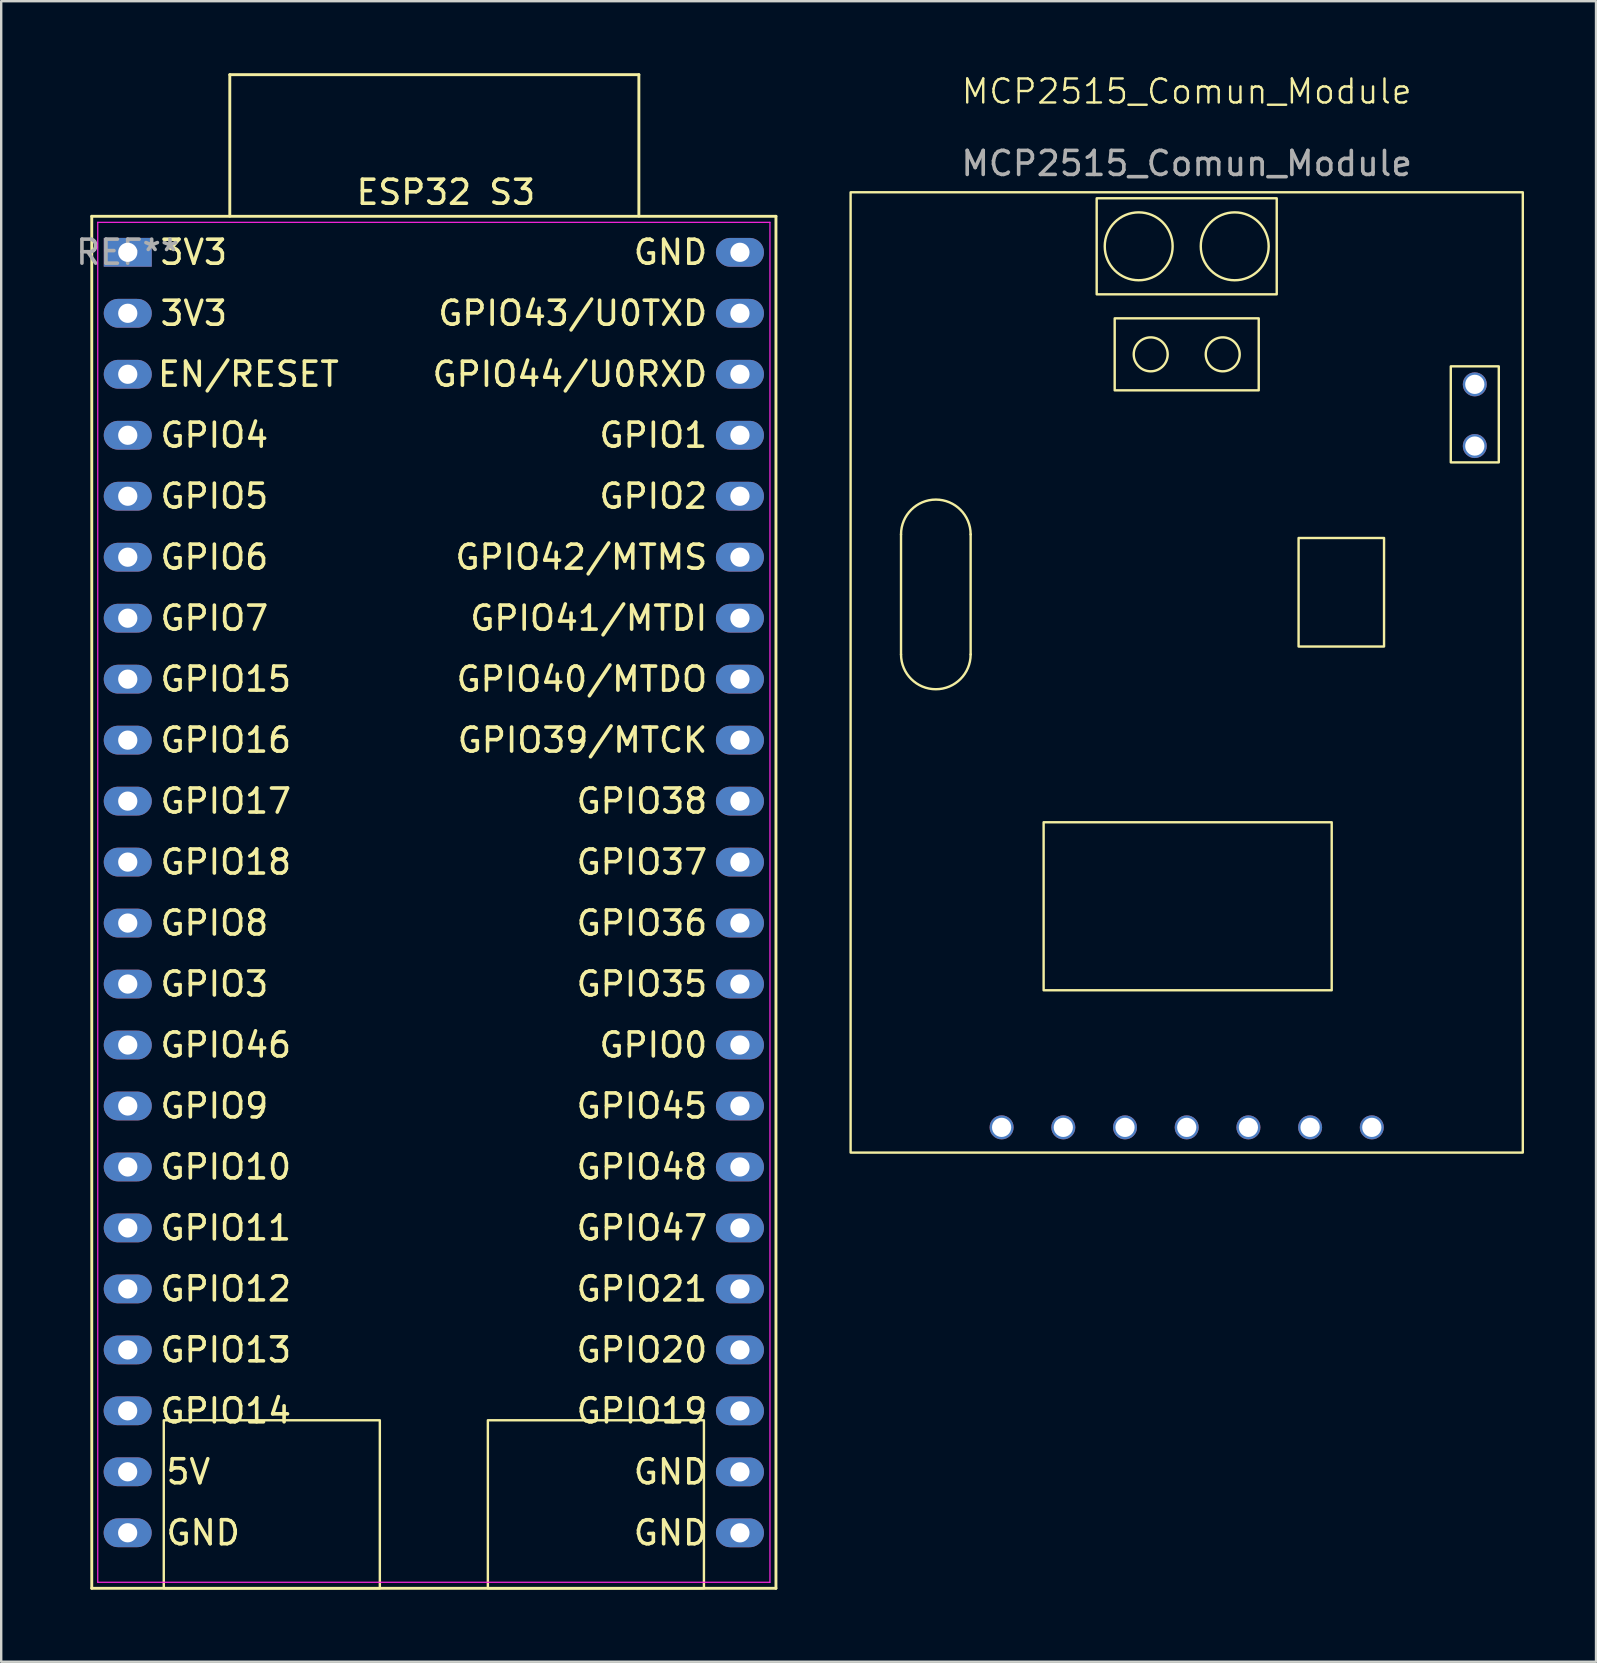
<source format=kicad_pcb>
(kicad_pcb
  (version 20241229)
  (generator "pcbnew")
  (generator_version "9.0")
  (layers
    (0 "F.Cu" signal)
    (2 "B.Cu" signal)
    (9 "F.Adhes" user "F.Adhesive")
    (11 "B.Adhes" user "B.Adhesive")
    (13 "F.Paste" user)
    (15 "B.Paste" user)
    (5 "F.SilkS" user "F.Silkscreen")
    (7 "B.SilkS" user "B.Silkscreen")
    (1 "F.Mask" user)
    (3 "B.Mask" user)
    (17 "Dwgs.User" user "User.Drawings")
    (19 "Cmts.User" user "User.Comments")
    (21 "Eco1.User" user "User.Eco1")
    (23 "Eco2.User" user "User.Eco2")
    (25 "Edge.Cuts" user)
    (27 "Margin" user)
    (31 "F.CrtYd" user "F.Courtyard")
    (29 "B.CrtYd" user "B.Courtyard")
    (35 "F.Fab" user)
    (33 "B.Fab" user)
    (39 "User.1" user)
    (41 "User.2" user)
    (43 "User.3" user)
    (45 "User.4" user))
  (footprint "ESP32 S3"
    (layer "F.Cu")
    (at 2.272 7.46)
    (property "Reference" "ESP32 S3" (at 13.25 -2.5 0) (layer "F.SilkS") (effects (font (size 1 1) (thickness 0.15))))
    (attr through_hole)
    (fp_line (start -1.5 55.65) (end 27 55.65) (stroke (width 0.12) (type solid)) (layer "F.SilkS"))
    (fp_line (start -1.5 -1.5) (end -1.5 55.65) (stroke (width 0.12) (type solid)) (layer "F.SilkS"))
    (fp_line (start 4.25 -7.4) (end 21.29 -7.4) (stroke (width 0.12) (type solid)) (layer "F.SilkS"))
    (fp_line (start 4.25 -1.507) (end 4.25 -7.4) (stroke (width 0.12) (type solid)) (layer "F.SilkS"))
    (fp_line (start 21.29 -7.4) (end 21.29 -1.507) (stroke (width 0.12) (type solid)) (layer "F.SilkS"))
    (fp_line (start 27 -1.5) (end -1.5 -1.5) (stroke (width 0.12) (type solid)) (layer "F.SilkS"))
    (fp_line (start 27 55.65) (end 27 -1.5) (stroke (width 0.12) (type solid)) (layer "F.SilkS"))
    (fp_rect (start 1.5 48.65) (end 10.5 55.65) (stroke (width 0.1) (type default)) (fill no) (layer "F.SilkS"))
    (fp_rect (start 15 48.65) (end 24 55.65) (stroke (width 0.1) (type default)) (fill no) (layer "F.SilkS"))
    (fp_line (start -1.25 -1.25) (end 26.75 -1.25) (stroke (width 0.05) (type solid)) (layer "F.CrtYd"))
    (fp_line (start -1.25 55.4) (end -1.25 -1.25) (stroke (width 0.05) (type solid)) (layer "F.CrtYd"))
    (fp_line (start 26.75 -1.25) (end 26.75 55.4) (stroke (width 0.05) (type solid)) (layer "F.CrtYd"))
    (fp_line (start 26.75 55.4) (end -1.25 55.4) (stroke (width 0.05) (type solid)) (layer "F.CrtYd"))
    (fp_text user "GPIO13" (at 1.27 45.72 0) (unlocked yes) (layer "F.SilkS") (effects (font (size 1 1) (thickness 0.15)) (justify left)))
    (fp_text user "GPIO18" (at 1.27 25.4 0) (unlocked yes) (layer "F.SilkS") (effects (font (size 1 1) (thickness 0.15)) (justify left)))
    (fp_text user "GPIO38" (at 24.23 22.86 0) (unlocked yes) (layer "F.SilkS") (effects (font (size 1 1) (thickness 0.15)) (justify right)))
    (fp_text user "GPIO20" (at 24.23 45.72 0) (unlocked yes) (layer "F.SilkS") (effects (font (size 1 1) (thickness 0.15)) (justify right)))
    (fp_text user "GPIO41/MTDI" (at 24.23 15.24 0) (unlocked yes) (layer "F.SilkS") (effects (font (size 1 1) (thickness 0.15)) (justify right)))
    (fp_text user "GPIO4" (at 1.27 7.62 0) (unlocked yes) (layer "F.SilkS") (effects (font (size 1 1) (thickness 0.15)) (justify left)))
    (fp_text user "GPIO6" (at 1.27 12.7 0) (unlocked yes) (layer "F.SilkS") (effects (font (size 1 1) (thickness 0.15)) (justify left)))
    (fp_text user "GPIO7" (at 1.27 15.24 0) (unlocked yes) (layer "F.SilkS") (effects (font (size 1 1) (thickness 0.15)) (justify left)))
    (fp_text user "GPIO1" (at 24.23 7.62 0) (unlocked yes) (layer "F.SilkS") (effects (font (size 1 1) (thickness 0.15)) (justify right)))
    (fp_text user "GPIO14" (at 1.27 48.26 0) (unlocked yes) (layer "F.SilkS") (effects (font (size 1 1) (thickness 0.15)) (justify left)))
    (fp_text user "GND" (at 24.23 50.8 0) (unlocked yes) (layer "F.SilkS") (effects (font (size 1 1) (thickness 0.15)) (justify right)))
    (fp_text user "GPIO21" (at 24.23 43.18 0) (unlocked yes) (layer "F.SilkS") (effects (font (size 1 1) (thickness 0.15)) (justify right)))
    (fp_text user "GND" (at 24.23 0 0) (unlocked yes) (layer "F.SilkS") (effects (font (size 1 1) (thickness 0.15)) (justify right)))
    (fp_text user "GPIO3" (at 1.27 30.48 0) (unlocked yes) (layer "F.SilkS") (effects (font (size 1 1) (thickness 0.15)) (justify left)))
    (fp_text user "GPIO43/U0TXD" (at 24.23 2.54 0) (unlocked yes) (layer "F.SilkS") (effects (font (size 1 1) (thickness 0.15)) (justify right)))
    (fp_text user "GPIO17" (at 1.27 22.86 0) (unlocked yes) (layer "F.SilkS") (effects (font (size 1 1) (thickness 0.15)) (justify left)))
    (fp_text user "GPIO5" (at 1.27 10.16 0) (unlocked yes) (layer "F.SilkS") (effects (font (size 1 1) (thickness 0.15)) (justify left)))
    (fp_text user "GND" (at 1.52 53.337 0) (unlocked yes) (layer "F.SilkS") (effects (font (size 1 1) (thickness 0.15)) (justify left)))
    (fp_text user "GPIO10" (at 1.27 38.1 0) (unlocked yes) (layer "F.SilkS") (effects (font (size 1 1) (thickness 0.15)) (justify left)))
    (fp_text user "GPIO0" (at 24.23 33.02 0) (unlocked yes) (layer "F.SilkS") (effects (font (size 1 1) (thickness 0.15)) (justify right)))
    (fp_text user "GPIO15" (at 1.27 17.78 0) (unlocked yes) (layer "F.SilkS") (effects (font (size 1 1) (thickness 0.15)) (justify left)))
    (fp_text user "GPIO37" (at 24.23 25.4 0) (unlocked yes) (layer "F.SilkS") (effects (font (size 1 1) (thickness 0.15)) (justify right)))
    (fp_text user "GPIO36" (at 24.23 27.94 0) (unlocked yes) (layer "F.SilkS") (effects (font (size 1 1) (thickness 0.15)) (justify right)))
    (fp_text user "GPIO44/U0RXD" (at 24.23 5.08 0) (unlocked yes) (layer "F.SilkS") (effects (font (size 1 1) (thickness 0.15)) (justify right)))
    (fp_text user "GPIO8" (at 1.27 27.94 0) (unlocked yes) (layer "F.SilkS") (effects (font (size 1 1) (thickness 0.15)) (justify left)))
    (fp_text user "GPIO12" (at 1.27 43.18 0) (unlocked yes) (layer "F.SilkS") (effects (font (size 1 1) (thickness 0.15)) (justify left)))
    (fp_text user "GPIO9" (at 1.27 35.56 0) (unlocked yes) (layer "F.SilkS") (effects (font (size 1 1) (thickness 0.15)) (justify left)))
    (fp_text user "EN/RESET" (at 8.886 5.077 0) (unlocked yes) (layer "F.SilkS") (effects (font (size 1 1) (thickness 0.15)) (justify right)))
    (fp_text user "GPIO35" (at 24.23 30.48 0) (unlocked yes) (layer "F.SilkS") (effects (font (size 1 1) (thickness 0.15)) (justify right)))
    (fp_text user "GPIO19" (at 24.23 48.26 0) (unlocked yes) (layer "F.SilkS") (effects (font (size 1 1) (thickness 0.15)) (justify right)))
    (fp_text user "GPIO45" (at 24.23 35.56 0) (unlocked yes) (layer "F.SilkS") (effects (font (size 1 1) (thickness 0.15)) (justify right)))
    (fp_text user "GND" (at 24.23 53.34 0) (unlocked yes) (layer "F.SilkS") (effects (font (size 1 1) (thickness 0.15)) (justify right)))
    (fp_text user "3V3" (at 1.27 2.54 0) (unlocked yes) (layer "F.SilkS") (effects (font (size 1 1) (thickness 0.15)) (justify left)))
    (fp_text user "GPIO48" (at 24.23 38.1 0) (unlocked yes) (layer "F.SilkS") (effects (font (size 1 1) (thickness 0.15)) (justify right)))
    (fp_text user "5V" (at 1.52 50.797 0) (unlocked yes) (layer "F.SilkS") (effects (font (size 1 1) (thickness 0.15)) (justify left)))
    (fp_text user "GPIO11" (at 1.27 40.64 0) (unlocked yes) (layer "F.SilkS") (effects (font (size 1 1) (thickness 0.15)) (justify left)))
    (fp_text user "GPIO39/MTCK" (at 24.23 20.32 0) (unlocked yes) (layer "F.SilkS") (effects (font (size 1 1) (thickness 0.15)) (justify right)))
    (fp_text user "GPIO42/MTMS" (at 24.23 12.7 0) (unlocked yes) (layer "F.SilkS") (effects (font (size 1 1) (thickness 0.15)) (justify right)))
    (fp_text user "3V3" (at 1.27 0 0) (unlocked yes) (layer "F.SilkS") (effects (font (size 1 1) (thickness 0.15)) (justify left)))
    (fp_text user "GPIO46" (at 1.27 33.02 0) (unlocked yes) (layer "F.SilkS") (effects (font (size 1 1) (thickness 0.15)) (justify left)))
    (fp_text user "GPIO2" (at 24.23 10.16 0) (unlocked yes) (layer "F.SilkS") (effects (font (size 1 1) (thickness 0.15)) (justify right)))
    (fp_text user "GPIO47" (at 24.23 40.64 0) (unlocked yes) (layer "F.SilkS") (effects (font (size 1 1) (thickness 0.15)) (justify right)))
    (fp_text user "GPIO40/MTDO" (at 24.23 17.78 0) (unlocked yes) (layer "F.SilkS") (effects (font (size 1 1) (thickness 0.15)) (justify right)))
    (fp_text user "GPIO16" (at 1.27 20.32 0) (unlocked yes) (layer "F.SilkS") (effects (font (size 1 1) (thickness 0.15)) (justify left)))
    (fp_text user "REF**" (at -0.004 -0.003 0) (layer "F.Fab") (effects (font (size 1 1) (thickness 0.15))))
    (pad "1" thru_hole rect (at 0 0 270) (size 1.2 2) (drill 0.8) (layers "*.Cu" "*.Mask"))
    (pad "2" thru_hole oval (at 0 2.54 270) (size 1.2 2) (drill 0.8) (layers "*.Cu" "*.Mask"))
    (pad "3" thru_hole oval (at 0 5.08 270) (size 1.2 2) (drill 0.8) (layers "*.Cu" "*.Mask"))
    (pad "4" thru_hole oval (at 0 7.62 270) (size 1.2 2) (drill 0.8) (layers "*.Cu" "*.Mask"))
    (pad "5" thru_hole oval (at 0 10.16 270) (size 1.2 2) (drill 0.8) (layers "*.Cu" "*.Mask"))
    (pad "6" thru_hole oval (at 0 12.7 270) (size 1.2 2) (drill 0.8) (layers "*.Cu" "*.Mask"))
    (pad "7" thru_hole oval (at 0 15.24 270) (size 1.2 2) (drill 0.8) (layers "*.Cu" "*.Mask"))
    (pad "8" thru_hole oval (at 0 17.78 270) (size 1.2 2) (drill 0.8) (layers "*.Cu" "*.Mask"))
    (pad "9" thru_hole oval (at 0 20.32 270) (size 1.2 2) (drill 0.8) (layers "*.Cu" "*.Mask"))
    (pad "10" thru_hole oval (at 0 22.86 270) (size 1.2 2) (drill 0.8) (layers "*.Cu" "*.Mask"))
    (pad "11" thru_hole oval (at 0 25.4 270) (size 1.2 2) (drill 0.8) (layers "*.Cu" "*.Mask"))
    (pad "12" thru_hole oval (at 0 27.94 270) (size 1.2 2) (drill 0.8) (layers "*.Cu" "*.Mask"))
    (pad "13" thru_hole oval (at 0 30.48 270) (size 1.2 2) (drill 0.8) (layers "*.Cu" "*.Mask"))
    (pad "14" thru_hole oval (at 0 33.02 270) (size 1.2 2) (drill 0.8) (layers "*.Cu" "*.Mask"))
    (pad "15" thru_hole oval (at 0 35.56 270) (size 1.2 2) (drill 0.8) (layers "*.Cu" "*.Mask"))
    (pad "16" thru_hole oval (at 0 38.1 270) (size 1.2 2) (drill 0.8) (layers "*.Cu" "*.Mask"))
    (pad "17" thru_hole oval (at 0 40.64 270) (size 1.2 2) (drill 0.8) (layers "*.Cu" "*.Mask"))
    (pad "18" thru_hole oval (at 0 43.18 270) (size 1.2 2) (drill 0.8) (layers "*.Cu" "*.Mask"))
    (pad "19" thru_hole oval (at 0 45.72 270) (size 1.2 2) (drill 0.8) (layers "*.Cu" "*.Mask"))
    (pad "20" thru_hole oval (at -0.004 48.257 270) (size 1.2 2) (drill 0.8) (layers "*.Cu" "*.Mask"))
    (pad "21" thru_hole oval (at -0.004 50.797 270) (size 1.2 2) (drill 0.8) (layers "*.Cu" "*.Mask"))
    (pad "22" thru_hole oval (at -0.004 53.337 270) (size 1.2 2) (drill 0.8) (layers "*.Cu" "*.Mask"))
    (pad "23" thru_hole oval (at 25.5 53.34 270) (size 1.2 2) (drill 0.8) (layers "*.Cu" "*.Mask"))
    (pad "24" thru_hole oval (at 25.5 50.8 270) (size 1.2 2) (drill 0.8) (layers "*.Cu" "*.Mask"))
    (pad "25" thru_hole oval (at 25.5 48.26 270) (size 1.2 2) (drill 0.8) (layers "*.Cu" "*.Mask"))
    (pad "26" thru_hole oval (at 25.5 45.72 270) (size 1.2 2) (drill 0.8) (layers "*.Cu" "*.Mask"))
    (pad "27" thru_hole oval (at 25.5 43.18 270) (size 1.2 2) (drill 0.8) (layers "*.Cu" "*.Mask"))
    (pad "28" thru_hole oval (at 25.5 40.64 270) (size 1.2 2) (drill 0.8) (layers "*.Cu" "*.Mask"))
    (pad "29" thru_hole oval (at 25.5 38.1 270) (size 1.2 2) (drill 0.8) (layers "*.Cu" "*.Mask"))
    (pad "30" thru_hole oval (at 25.5 35.56 270) (size 1.2 2) (drill 0.8) (layers "*.Cu" "*.Mask"))
    (pad "31" thru_hole oval (at 25.5 33.02 270) (size 1.2 2) (drill 0.8) (layers "*.Cu" "*.Mask"))
    (pad "32" thru_hole oval (at 25.5 30.48 270) (size 1.2 2) (drill 0.8) (layers "*.Cu" "*.Mask"))
    (pad "33" thru_hole oval (at 25.5 27.94 270) (size 1.2 2) (drill 0.8) (layers "*.Cu" "*.Mask"))
    (pad "34" thru_hole oval (at 25.5 25.4 270) (size 1.2 2) (drill 0.8) (layers "*.Cu" "*.Mask"))
    (pad "35" thru_hole oval (at 25.5 22.86 270) (size 1.2 2) (drill 0.8) (layers "*.Cu" "*.Mask"))
    (pad "36" thru_hole oval (at 25.5 20.32 270) (size 1.2 2) (drill 0.8) (layers "*.Cu" "*.Mask"))
    (pad "37" thru_hole oval (at 25.5 17.78 270) (size 1.2 2) (drill 0.8) (layers "*.Cu" "*.Mask"))
    (pad "38" thru_hole oval (at 25.5 15.24 270) (size 1.2 2) (drill 0.8) (layers "*.Cu" "*.Mask"))
    (pad "39" thru_hole oval (at 25.5 12.7 270) (size 1.2 2) (drill 0.8) (layers "*.Cu" "*.Mask"))
    (pad "40" thru_hole oval (at 25.5 10.16 270) (size 1.2 2) (drill 0.8) (layers "*.Cu" "*.Mask"))
    (pad "41" thru_hole oval (at 25.5 7.62 270) (size 1.2 2) (drill 0.8) (layers "*.Cu" "*.Mask"))
    (pad "42" thru_hole oval (at 25.5 5.08 270) (size 1.2 2) (drill 0.8) (layers "*.Cu" "*.Mask"))
    (pad "43" thru_hole oval (at 25.5 2.54 270) (size 1.2 2) (drill 0.8) (layers "*.Cu" "*.Mask"))
    (pad "44" thru_hole oval (at 25.5 0 270) (size 1.2 2) (drill 0.8) (layers "*.Cu" "*.Mask")))
  (footprint "MCP2515_Comun_Module"
    (layer "F.Cu")
    (at 46.382 25.21)
    (property "Reference" "MCP2515_Comun_Module" (at 0 -24.45 0) (unlocked yes) (layer "F.SilkS") (effects (font (size 1 1) (thickness 0.1))))
    (attr through_hole)
    (fp_line (start -11.9 -6) (end -11.9 -1) (stroke (width 0.1) (type default)) (layer "F.SilkS"))
    (fp_line (start -9 -1) (end -9 -6) (stroke (width 0.1) (type default)) (layer "F.SilkS"))
    (fp_rect (start -14 -20.25) (end 14 19.75) (stroke (width 0.1) (type default)) (fill no) (layer "F.SilkS"))
    (fp_rect (start -5.96 5.99) (end 6.04 12.99) (stroke (width 0.1) (type default)) (fill no) (layer "F.SilkS"))
    (fp_rect (start -3.75 -20) (end 3.75 -16) (stroke (width 0.1) (type default)) (fill no) (layer "F.SilkS"))
    (fp_rect (start -3 -15) (end 3 -12) (stroke (width 0.1) (type default)) (fill no) (layer "F.SilkS"))
    (fp_rect (start 4.66 -5.85) (end 8.22 -1.33) (stroke (width 0.1) (type default)) (fill no) (layer "F.SilkS"))
    (fp_rect (start 11 -13) (end 13 -9) (stroke (width 0.1) (type default)) (fill no) (layer "F.SilkS"))
    (fp_arc (start -11.9 -6) (mid -10.45 -7.45) (end -9 -6) (stroke (width 0.1) (type default)) (layer "F.SilkS"))
    (fp_arc (start -9 -1) (mid -10.45 0.45) (end -11.9 -1) (stroke (width 0.1) (type default)) (layer "F.SilkS"))
    (fp_circle (center -2 -18) (end -1 -19) (stroke (width 0.1) (type default)) (fill no) (layer "F.SilkS"))
    (fp_circle (center -1.5 -13.5) (end -1 -14) (stroke (width 0.1) (type default)) (fill no) (layer "F.SilkS"))
    (fp_circle (center 1.5 -13.5) (end 2 -14) (stroke (width 0.1) (type default)) (fill no) (layer "F.SilkS"))
    (fp_circle (center 2 -18) (end 3 -19) (stroke (width 0.1) (type default)) (fill no) (layer "F.SilkS"))
    (fp_text user "${REFERENCE}" (at 0 -21.45 0) (unlocked yes) (layer "F.Fab") (effects (font (size 1 1) (thickness 0.15))))
    (pad "1" thru_hole circle (at -7.71 18.7) (size 1 1) (drill 0.8) (layers "*.Cu" "*.Mask"))
    (pad "2" thru_hole circle (at -5.14 18.7) (size 1 1) (drill 0.8) (layers "*.Cu" "*.Mask"))
    (pad "3" thru_hole circle (at -2.57 18.7) (size 1 1) (drill 0.8) (layers "*.Cu" "*.Mask"))
    (pad "4" thru_hole circle (at 0 18.7) (size 1 1) (drill 0.8) (layers "*.Cu" "*.Mask"))
    (pad "5" thru_hole circle (at 2.57 18.7) (size 1 1) (drill 0.8) (layers "*.Cu" "*.Mask"))
    (pad "6" thru_hole circle (at 5.14 18.7) (size 1 1) (drill 0.8) (layers "*.Cu" "*.Mask"))
    (pad "7" thru_hole circle (at 7.71 18.7) (size 1 1) (drill 0.8) (layers "*.Cu" "*.Mask"))
    (pad "8" thru_hole circle (at 12 -9.68 90) (size 1 1) (drill 0.8) (layers "*.Cu" "*.Mask"))
    (pad "9" thru_hole circle (at 12 -12.25 90) (size 1 1) (drill 0.8) (layers "*.Cu" "*.Mask")))
  (gr_rect
    (start -3 -3)
    (end 63.432 66.17)
    (stroke (width 0.1) (type default))
    (fill no)
    (layer "Edge.Cuts")))
</source>
